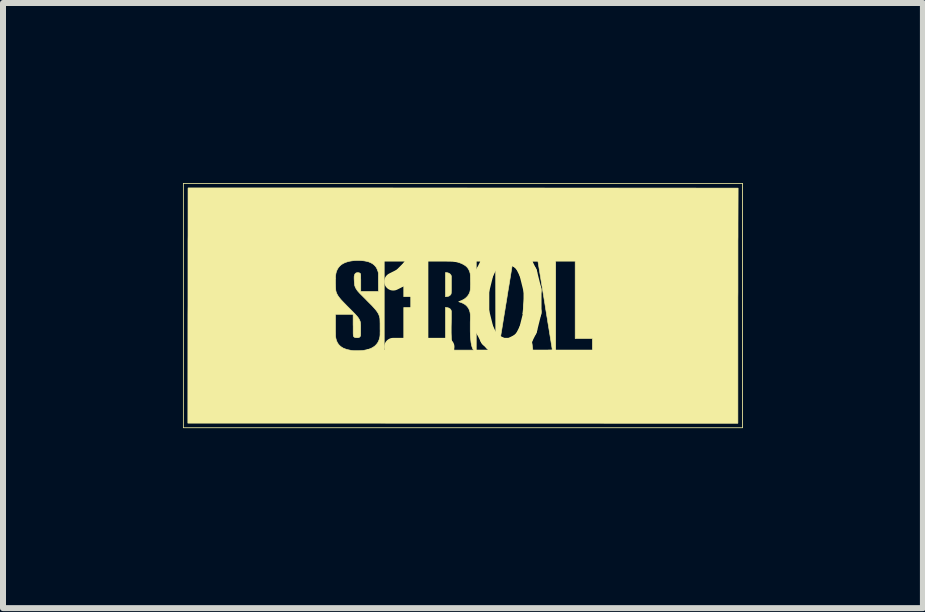
<source format=kicad_pcb>
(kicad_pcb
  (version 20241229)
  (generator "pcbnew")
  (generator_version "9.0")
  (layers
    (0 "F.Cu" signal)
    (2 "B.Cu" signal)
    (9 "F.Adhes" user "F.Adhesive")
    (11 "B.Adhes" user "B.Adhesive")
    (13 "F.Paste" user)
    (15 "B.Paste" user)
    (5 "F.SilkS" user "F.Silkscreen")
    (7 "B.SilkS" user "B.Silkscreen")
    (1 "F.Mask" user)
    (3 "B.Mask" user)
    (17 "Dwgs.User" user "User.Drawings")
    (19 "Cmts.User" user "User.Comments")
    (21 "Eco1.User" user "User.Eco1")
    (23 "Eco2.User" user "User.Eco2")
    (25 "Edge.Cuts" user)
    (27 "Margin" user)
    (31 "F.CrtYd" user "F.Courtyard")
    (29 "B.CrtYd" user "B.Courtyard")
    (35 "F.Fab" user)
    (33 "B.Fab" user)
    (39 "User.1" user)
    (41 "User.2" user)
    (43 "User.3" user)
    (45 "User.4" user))
  (footprint "10"
    (layer "F.Cu")
    (at 4.665 2.042)
    (property "Reference" "10" (at 0 0 0) (layer "F.SilkS") (effects (font (size 1.524 1.524) (thickness 0.3))))
    (attr through_hole)
    (fp_poly (pts (xy 4.663 2.039) (xy -4.66 2.039) (xy -4.66 -2.034) (xy -4.658 -2.034) (xy -4.658 2.037) (xy 4.66 2.037) (xy 4.66 -2.034) (xy -4.658 -2.034) (xy -4.66 -2.034) (xy -4.66 -2.037) (xy 4.663 -2.037) (xy 4.663 2.039)) (stroke (width 0.01) (type solid)) (fill yes) (layer "F.SilkS"))
    (fp_poly (pts (xy -0.272 -0.548) (xy -0.249 -0.544) (xy -0.229 -0.536) (xy -0.214 -0.526) (xy -0.202 -0.513) (xy -0.198 -0.505) (xy -0.192 -0.491) (xy -0.192 -0.35) (xy -0.192 -0.318) (xy -0.192 -0.291) (xy -0.192 -0.267) (xy -0.192 -0.248) (xy -0.193 -0.232) (xy -0.193 -0.219) (xy -0.194 -0.208) (xy -0.195 -0.2) (xy -0.197 -0.193) (xy -0.199 -0.188) (xy -0.201 -0.184) (xy -0.204 -0.18) (xy -0.207 -0.176) (xy -0.211 -0.173) (xy -0.225 -0.161) (xy -0.242 -0.154) (xy -0.262 -0.149) (xy -0.271 -0.148) (xy -0.29 -0.147) (xy -0.29 -0.549) (xy -0.272 -0.548)) (stroke (width 0.01) (type solid)) (fill yes) (layer "F.SilkS"))
    (fp_poly (pts (xy 1.044 -0.293) (xy 1.044 -0.291) (xy 1.044 -0.288) (xy 1.045 -0.28) (xy 1.046 -0.268) (xy 1.048 -0.252) (xy 1.05 -0.233) (xy 1.052 -0.21) (xy 1.055 -0.185) (xy 1.057 -0.157) (xy 1.06 -0.127) (xy 1.064 -0.096) (xy 1.065 -0.079) (xy 1.069 -0.047) (xy 1.072 -0.016) (xy 1.075 0.013) (xy 1.078 0.04) (xy 1.08 0.064) (xy 1.082 0.085) (xy 1.084 0.103) (xy 1.085 0.118) (xy 1.086 0.128) (xy 1.087 0.134) (xy 1.087 0.135) (xy 1.087 0.136) (xy 1.086 0.138) (xy 1.083 0.139) (xy 1.078 0.139) (xy 1.07 0.14) (xy 1.058 0.14) (xy 1.043 0.14) (xy 0.999 0.14) (xy 1 0.133) (xy 1 0.129) (xy 1.001 0.121) (xy 1.002 0.108) (xy 1.004 0.092) (xy 1.006 0.072) (xy 1.008 0.049) (xy 1.011 0.023) (xy 1.013 -0.005) (xy 1.016 -0.035) (xy 1.019 -0.066) (xy 1.021 -0.084) (xy 1.025 -0.124) (xy 1.029 -0.16) (xy 1.032 -0.191) (xy 1.034 -0.218) (xy 1.037 -0.241) (xy 1.039 -0.259) (xy 1.04 -0.273) (xy 1.041 -0.284) (xy 1.042 -0.291) (xy 1.043 -0.295) (xy 1.044 -0.296) (xy 1.044 -0.293)) (stroke (width 0.01) (type solid)) (fill yes) (layer "F.SilkS"))
    (fp_poly (pts (xy -4.18 -1.96) (xy -4.119 -1.96) (xy -4.054 -1.96) (xy -3.985 -1.96) (xy -3.912 -1.96) (xy -3.835 -1.96) (xy -3.755 -1.96) (xy -3.671 -1.96) (xy -3.584 -1.96) (xy -3.493 -1.96) (xy -3.399 -1.96) (xy -3.302 -1.96) (xy -3.201 -1.96) (xy -3.098 -1.96) (xy -2.991 -1.96) (xy -2.882 -1.96) (xy -2.769 -1.96) (xy -2.654 -1.96) (xy -2.537 -1.96) (xy -2.416 -1.96) (xy -2.294 -1.96) (xy -2.168 -1.96) (xy -2.041 -1.96) (xy -1.911 -1.96) (xy -1.779 -1.96) (xy -1.644 -1.96) (xy -1.508 -1.96) (xy -1.37 -1.96) (xy -1.23 -1.96) (xy -1.088 -1.959) (xy -0.944 -1.959) (xy -0.799 -1.959) (xy -0.652 -1.959) (xy -0.504 -1.959) (xy -0.354 -1.959) (xy -0.203 -1.959) (xy -0.051 -1.959) (xy 0.004 -1.959) (xy 4.588 -1.957) (xy 4.586 -1.34) (xy 4.586 -1.297) (xy 4.586 -1.25) (xy 4.586 -1.198) (xy 4.586 -1.141) (xy 4.585 -1.081) (xy 4.585 -1.017) (xy 4.585 -0.949) (xy 4.585 -0.877) (xy 4.585 -0.803) (xy 4.585 -0.726) (xy 4.585 -0.647) (xy 4.585 -0.565) (xy 4.585 -0.481) (xy 4.585 -0.395) (xy 4.585 -0.308) (xy 4.585 -0.22) (xy 4.584 -0.13) (xy 4.584 -0.04) (xy 4.584 0.051) (xy 4.584 0.142) (xy 4.584 0.233) (xy 4.584 0.324) (xy 4.584 0.414) (xy 4.584 0.504) (xy 4.584 0.592) (xy 4.584 1.963) (xy 2.566 1.963) (xy 2.464 1.963) (xy 2.357 1.963) (xy 2.246 1.962) (xy 2.131 1.962) (xy 2.011 1.962) (xy 1.888 1.962) (xy 1.761 1.962) (xy 1.631 1.962) (xy 1.498 1.962) (xy 1.361 1.962) (xy 1.223 1.962) (xy 1.082 1.962) (xy 0.939 1.962) (xy 0.795 1.962) (xy 0.649 1.962) (xy 0.501 1.962) (xy 0.353 1.962) (xy 0.204 1.962) (xy 0.054 1.962) (xy -0.096 1.962) (xy -0.246 1.962) (xy -0.395 1.962) (xy -0.544 1.962) (xy -0.692 1.962) (xy -0.84 1.962) (xy -0.985 1.962) (xy -1.13 1.962) (xy -1.272 1.962) (xy -1.413 1.961) (xy -1.551 1.961) (xy -1.686 1.961) (xy -1.819 1.961) (xy -1.949 1.961) (xy -2.018 1.961) (xy -4.584 1.961) (xy -4.583 0.147) (xy -2.123 0.147) (xy -2.123 0.323) (xy -2.123 0.356) (xy -2.123 0.387) (xy -2.123 0.416) (xy -2.123 0.442) (xy -2.122 0.465) (xy -2.122 0.485) (xy -2.122 0.502) (xy -2.121 0.514) (xy -2.121 0.521) (xy -2.121 0.522) (xy -2.114 0.558) (xy -2.104 0.591) (xy -2.09 0.621) (xy -2.072 0.648) (xy -2.05 0.671) (xy -2.024 0.692) (xy -1.994 0.71) (xy -1.959 0.724) (xy -1.921 0.736) (xy -1.882 0.744) (xy -1.862 0.748) (xy -1.844 0.75) (xy -1.826 0.752) (xy -1.807 0.753) (xy -1.787 0.753) (xy -1.763 0.753) (xy -1.744 0.753) (xy -1.717 0.752) (xy -1.694 0.751) (xy -1.675 0.75) (xy -1.658 0.748) (xy -1.65 0.747) (xy -1.605 0.738) (xy -1.564 0.727) (xy -1.528 0.713) (xy -1.495 0.695) (xy -1.467 0.675) (xy -1.443 0.651) (xy -1.422 0.625) (xy -1.406 0.595) (xy -1.393 0.562) (xy -1.384 0.526) (xy -1.382 0.508) (xy -1.381 0.499) (xy -1.38 0.487) (xy -1.38 0.47) (xy -1.38 0.449) (xy -1.379 0.424) (xy -1.38 0.395) (xy -1.38 0.36) (xy -1.38 0.353) (xy -1.38 0.323) (xy -1.38 0.297) (xy -1.381 0.275) (xy -1.381 0.257) (xy -1.382 0.242) (xy -1.382 0.23) (xy -1.383 0.219) (xy -1.384 0.21) (xy -1.386 0.202) (xy -1.388 0.194) (xy -1.39 0.187) (xy -1.392 0.179) (xy -1.394 0.172) (xy -1.399 0.159) (xy -1.404 0.146) (xy -1.41 0.134) (xy -1.418 0.121) (xy -1.426 0.108) (xy -1.436 0.094) (xy -1.447 0.079) (xy -1.461 0.062) (xy -1.477 0.044) (xy -1.495 0.024) (xy -1.515 0.002) (xy -1.539 -0.022) (xy -1.566 -0.049) (xy -1.596 -0.079) (xy -1.619 -0.103) (xy -1.644 -0.128) (xy -1.666 -0.15) (xy -1.685 -0.169) (xy -1.701 -0.185) (xy -1.715 -0.199) (xy -1.726 -0.211) (xy -1.736 -0.222) (xy -1.744 -0.231) (xy -1.751 -0.239) (xy -1.757 -0.246) (xy -1.762 -0.253) (xy -1.766 -0.259) (xy -1.771 -0.266) (xy -1.771 -0.267) (xy -1.78 -0.281) (xy -1.787 -0.293) (xy -1.792 -0.304) (xy -1.797 -0.317) (xy -1.8 -0.324) (xy -1.802 -0.331) (xy -1.804 -0.338) (xy -1.805 -0.346) (xy -1.806 -0.355) (xy -1.807 -0.367) (xy -1.808 -0.382) (xy -1.81 -0.401) (xy -1.81 -0.406) (xy -1.811 -0.424) (xy -1.812 -0.441) (xy -1.812 -0.457) (xy -1.812 -0.469) (xy -1.812 -0.478) (xy -1.812 -0.481) (xy -1.808 -0.501) (xy -1.803 -0.517) (xy -1.796 -0.529) (xy -1.795 -0.53) (xy -1.787 -0.538) (xy -1.778 -0.543) (xy -1.768 -0.546) (xy -1.754 -0.547) (xy -1.751 -0.547) (xy -1.736 -0.546) (xy -1.724 -0.543) (xy -1.715 -0.538) (xy -1.708 -0.53) (xy -1.707 -0.528) (xy -1.706 -0.527) (xy -1.705 -0.524) (xy -1.705 -0.52) (xy -1.704 -0.515) (xy -1.704 -0.509) (xy -1.703 -0.499) (xy -1.703 -0.488) (xy -1.703 -0.473) (xy -1.703 -0.454) (xy -1.702 -0.432) (xy -1.702 -0.405) (xy -1.702 -0.378) (xy -1.702 -0.234) (xy -1.407 -0.234) (xy -1.408 -0.388) (xy -1.408 -0.542) (xy -1.415 -0.568) (xy -1.427 -0.6) (xy -1.441 -0.63) (xy -1.46 -0.656) (xy -1.482 -0.678) (xy -1.508 -0.698) (xy -1.538 -0.714) (xy -1.572 -0.728) (xy -1.576 -0.729) (xy -1.608 -0.737) (xy -1.618 -0.739) (xy -1.311 -0.739) (xy -1.311 0.742) (xy -0.673 0.742) (xy -0.615 0.742) (xy -0.29 0.742) (xy -0.29 0.032) (xy -0.272 0.034) (xy -0.249 0.038) (xy -0.229 0.045) (xy -0.214 0.055) (xy -0.202 0.068) (xy -0.195 0.084) (xy -0.193 0.09) (xy -0.192 0.094) (xy -0.192 0.102) (xy -0.192 0.112) (xy -0.192 0.125) (xy -0.192 0.143) (xy -0.192 0.164) (xy -0.192 0.189) (xy -0.192 0.219) (xy -0.193 0.253) (xy -0.193 0.272) (xy -0.194 0.317) (xy -0.195 0.358) (xy -0.195 0.394) (xy -0.195 0.427) (xy -0.195 0.456) (xy -0.194 0.483) (xy -0.193 0.507) (xy -0.192 0.529) (xy -0.191 0.55) (xy -0.189 0.57) (xy -0.187 0.59) (xy -0.185 0.601) (xy -0.181 0.629) (xy -0.177 0.653) (xy -0.173 0.674) (xy -0.168 0.692) (xy -0.162 0.708) (xy -0.155 0.723) (xy -0.153 0.727) (xy -0.144 0.744) (xy 0.18 0.744) (xy 0.179 0.742) (xy 0.593 0.742) (xy 0.755 0.741) (xy 0.918 0.74) (xy 0.935 0.615) (xy 0.939 0.587) (xy 0.943 0.558) (xy 0.947 0.529) (xy 0.95 0.5) (xy 0.954 0.473) (xy 0.957 0.449) (xy 0.96 0.429) (xy 0.961 0.417) (xy 0.971 0.345) (xy 1.042 0.346) (xy 1.114 0.347) (xy 1.131 0.472) (xy 1.134 0.5) (xy 1.138 0.529) (xy 1.142 0.558) (xy 1.146 0.587) (xy 1.149 0.614) (xy 1.153 0.638) (xy 1.156 0.658) (xy 1.157 0.67) (xy 1.167 0.742) (xy 1.329 0.742) (xy 1.361 0.742) (xy 1.389 0.742) (xy 1.413 0.742) (xy 1.433 0.741) (xy 1.449 0.741) (xy 1.462 0.741) (xy 1.472 0.741) (xy 1.479 0.74) (xy 1.484 0.74) (xy 1.488 0.739) (xy 1.49 0.739) (xy 1.49 0.738) (xy 1.491 0.737) (xy 1.491 0.737) (xy 1.49 0.734) (xy 1.489 0.727) (xy 1.487 0.714) (xy 1.484 0.698) (xy 1.481 0.677) (xy 1.477 0.652) (xy 1.472 0.623) (xy 1.467 0.591) (xy 1.461 0.555) (xy 1.455 0.516) (xy 1.448 0.474) (xy 1.441 0.429) (xy 1.433 0.381) (xy 1.425 0.331) (xy 1.416 0.279) (xy 1.408 0.224) (xy 1.398 0.168) (xy 1.389 0.11) (xy 1.379 0.051) (xy 1.371 -0.003) (xy 1.251 -0.738) (xy 0.844 -0.739) (xy 1.547 -0.739) (xy 1.547 0.742) (xy 2.159 0.742) (xy 2.159 0.551) (xy 1.872 0.551) (xy 1.872 -0.739) (xy 1.547 -0.739) (xy 0.844 -0.739) (xy 0.834 -0.739) (xy 0.766 -0.321) (xy 0.757 -0.269) (xy 0.748 -0.214) (xy 0.739 -0.157) (xy 0.73 -0.099) (xy 0.72 -0.039) (xy 0.71 0.02) (xy 0.701 0.079) (xy 0.691 0.137) (xy 0.682 0.194) (xy 0.673 0.248) (xy 0.665 0.3) (xy 0.657 0.348) (xy 0.65 0.393) (xy 0.645 0.42) (xy 0.593 0.742) (xy 0.179 0.742) (xy 0.178 0.742) (xy 0.223 0.742) (xy 0.549 0.742) (xy 0.547 -0.738) (xy 0.223 -0.739) (xy 0.223 0.742) (xy 0.178 0.742) (xy 0.171 0.732) (xy 0.163 0.717) (xy 0.155 0.698) (xy 0.148 0.675) (xy 0.142 0.648) (xy 0.136 0.616) (xy 0.132 0.579) (xy 0.128 0.538) (xy 0.127 0.531) (xy 0.126 0.511) (xy 0.125 0.488) (xy 0.124 0.461) (xy 0.123 0.432) (xy 0.123 0.4) (xy 0.123 0.368) (xy 0.123 0.336) (xy 0.123 0.305) (xy 0.123 0.276) (xy 0.124 0.25) (xy 0.125 0.222) (xy 0.125 0.197) (xy 0.125 0.176) (xy 0.125 0.16) (xy 0.124 0.148) (xy 0.124 0.147) (xy 0.119 0.112) (xy 0.109 0.079) (xy 0.096 0.05) (xy 0.078 0.024) (xy 0.057 0.000354) (xy 0.031 -0.02) (xy 0.001 -0.037) (xy -0.032 -0.051) (xy -0.051 -0.057) (xy -0.061 -0.06) (xy -0.067 -0.062) (xy -0.069 -0.063) (xy -0.068 -0.065) (xy -0.066 -0.065) (xy -0.06 -0.068) (xy -0.052 -0.071) (xy -0.045 -0.073) (xy -0.009 -0.089) (xy 0.024 -0.107) (xy 0.051 -0.128) (xy 0.075 -0.152) (xy 0.094 -0.178) (xy 0.105 -0.198) (xy 0.11 -0.209) (xy 0.114 -0.219) (xy 0.117 -0.229) (xy 0.12 -0.24) (xy 0.122 -0.253) (xy 0.124 -0.266) (xy 0.125 -0.283) (xy 0.126 -0.301) (xy 0.126 -0.323) (xy 0.127 -0.349) (xy 0.127 -0.378) (xy 0.126 -0.407) (xy 0.126 -0.434) (xy 0.126 -0.457) (xy 0.125 -0.475) (xy 0.125 -0.491) (xy 0.125 -0.503) (xy 0.124 -0.513) (xy 0.123 -0.521) (xy 0.123 -0.528) (xy 0.122 -0.534) (xy 0.12 -0.539) (xy 0.12 -0.541) (xy 0.11 -0.574) (xy 0.096 -0.602) (xy 0.079 -0.628) (xy 0.058 -0.651) (xy 0.032 -0.67) (xy 0.031 -0.671) (xy -0.006 -0.692) (xy -0.045 -0.709) (xy -0.088 -0.723) (xy -0.133 -0.732) (xy -0.17 -0.737) (xy -0.177 -0.737) (xy -0.189 -0.737) (xy -0.205 -0.738) (xy -0.225 -0.738) (xy -0.248 -0.738) (xy -0.275 -0.739) (xy -0.303 -0.739) (xy -0.334 -0.739) (xy -0.366 -0.739) (xy -0.399 -0.739) (xy -0.407 -0.739) (xy -0.615 -0.739) (xy -0.615 0.742) (xy -0.673 0.742) (xy -0.673 0.551) (xy -0.985 0.551) (xy -0.985 0.033) (xy -0.706 0.033) (xy -0.706 -0.147) (xy -0.985 -0.147) (xy -0.985 -0.549) (xy -0.678 -0.549) (xy -0.678 -0.739) (xy -1.311 -0.739) (xy -1.618 -0.739) (xy -1.645 -0.744) (xy -1.684 -0.748) (xy -1.724 -0.751) (xy -1.766 -0.751) (xy -1.808 -0.749) (xy -1.849 -0.744) (xy -1.887 -0.738) (xy -1.929 -0.727) (xy -1.966 -0.714) (xy -2 -0.697) (xy -2.029 -0.678) (xy -2.054 -0.655) (xy -2.076 -0.629) (xy -2.093 -0.6) (xy -2.107 -0.568) (xy -2.116 -0.533) (xy -2.121 -0.499) (xy -2.122 -0.488) (xy -2.122 -0.473) (xy -2.123 -0.454) (xy -2.123 -0.434) (xy -2.123 -0.412) (xy -2.123 -0.388) (xy -2.123 -0.365) (xy -2.122 -0.341) (xy -2.122 -0.319) (xy -2.121 -0.298) (xy -2.12 -0.28) (xy -2.119 -0.265) (xy -2.118 -0.253) (xy -2.117 -0.246) (xy -2.117 -0.246) (xy -2.111 -0.223) (xy -2.102 -0.2) (xy -2.091 -0.178) (xy -2.077 -0.155) (xy -2.059 -0.131) (xy -2.039 -0.106) (xy -2.02 -0.085) (xy -2.013 -0.078) (xy -2.003 -0.067) (xy -1.99 -0.054) (xy -1.975 -0.038) (xy -1.958 -0.021) (xy -1.94 -0.002) (xy -1.92 0.018) (xy -1.9 0.038) (xy -1.885 0.053) (xy -1.858 0.08) (xy -1.835 0.103) (xy -1.815 0.124) (xy -1.797 0.142) (xy -1.783 0.158) (xy -1.77 0.172) (xy -1.759 0.185) (xy -1.75 0.196) (xy -1.743 0.206) (xy -1.736 0.216) (xy -1.73 0.226) (xy -1.725 0.236) (xy -1.723 0.24) (xy -1.719 0.249) (xy -1.715 0.257) (xy -1.712 0.265) (xy -1.71 0.273) (xy -1.708 0.282) (xy -1.707 0.292) (xy -1.706 0.304) (xy -1.705 0.319) (xy -1.704 0.336) (xy -1.704 0.358) (xy -1.704 0.383) (xy -1.704 0.399) (xy -1.704 0.425) (xy -1.704 0.446) (xy -1.704 0.463) (xy -1.704 0.476) (xy -1.705 0.486) (xy -1.705 0.494) (xy -1.706 0.5) (xy -1.706 0.504) (xy -1.707 0.507) (xy -1.709 0.51) (xy -1.71 0.513) (xy -1.71 0.513) (xy -1.717 0.523) (xy -1.726 0.53) (xy -1.738 0.535) (xy -1.753 0.537) (xy -1.766 0.537) (xy -1.783 0.536) (xy -1.797 0.534) (xy -1.807 0.529) (xy -1.815 0.523) (xy -1.817 0.521) (xy -1.819 0.519) (xy -1.821 0.516) (xy -1.823 0.513) (xy -1.824 0.509) (xy -1.825 0.504) (xy -1.826 0.498) (xy -1.827 0.489) (xy -1.827 0.478) (xy -1.828 0.465) (xy -1.828 0.449) (xy -1.828 0.429) (xy -1.828 0.405) (xy -1.828 0.378) (xy -1.828 0.346) (xy -1.829 0.322) (xy -1.829 0.147) (xy -2.123 0.147) (xy -4.583 0.147) (xy -4.582 0.001) (xy -4.582 -0.099) (xy -4.582 -0.197) (xy -4.582 -0.294) (xy -4.582 -0.39) (xy -4.582 -0.484) (xy -4.582 -0.576) (xy -4.582 -0.666) (xy -4.582 -0.754) (xy -4.582 -0.841) (xy -4.582 -0.925) (xy -4.582 -1.006) (xy -4.582 -1.085) (xy -4.581 -1.162) (xy -4.581 -1.236) (xy -4.581 -1.307) (xy -4.581 -1.375) (xy -4.581 -1.44) (xy -4.581 -1.501) (xy -4.581 -1.56) (xy -4.581 -1.615) (xy -4.581 -1.666) (xy -4.581 -1.714) (xy -4.581 -1.758) (xy -4.581 -1.797) (xy -4.581 -1.833) (xy -4.581 -1.865) (xy -4.581 -1.892) (xy -4.581 -1.915) (xy -4.581 -1.933) (xy -4.581 -1.947) (xy -4.58 -1.956) (xy -4.58 -1.96) (xy -4.58 -1.96) (xy -4.578 -1.96) (xy -4.57 -1.96) (xy -4.558 -1.96) (xy -4.541 -1.96) (xy -4.519 -1.96) (xy -4.492 -1.96) (xy -4.46 -1.96) (xy -4.425 -1.96) (xy -4.384 -1.96) (xy -4.34 -1.96) (xy -4.291 -1.96) (xy -4.238 -1.96) (xy -4.18 -1.96)) (stroke (width 0.01) (type solid)) (fill yes) (layer "F.SilkS")))
  (gr_rect
    (start -3 -3)
    (end 12.333 7.086)
    (stroke (width 0.1) (type default))
    (fill no)
    (layer "Edge.Cuts")))
</source>
